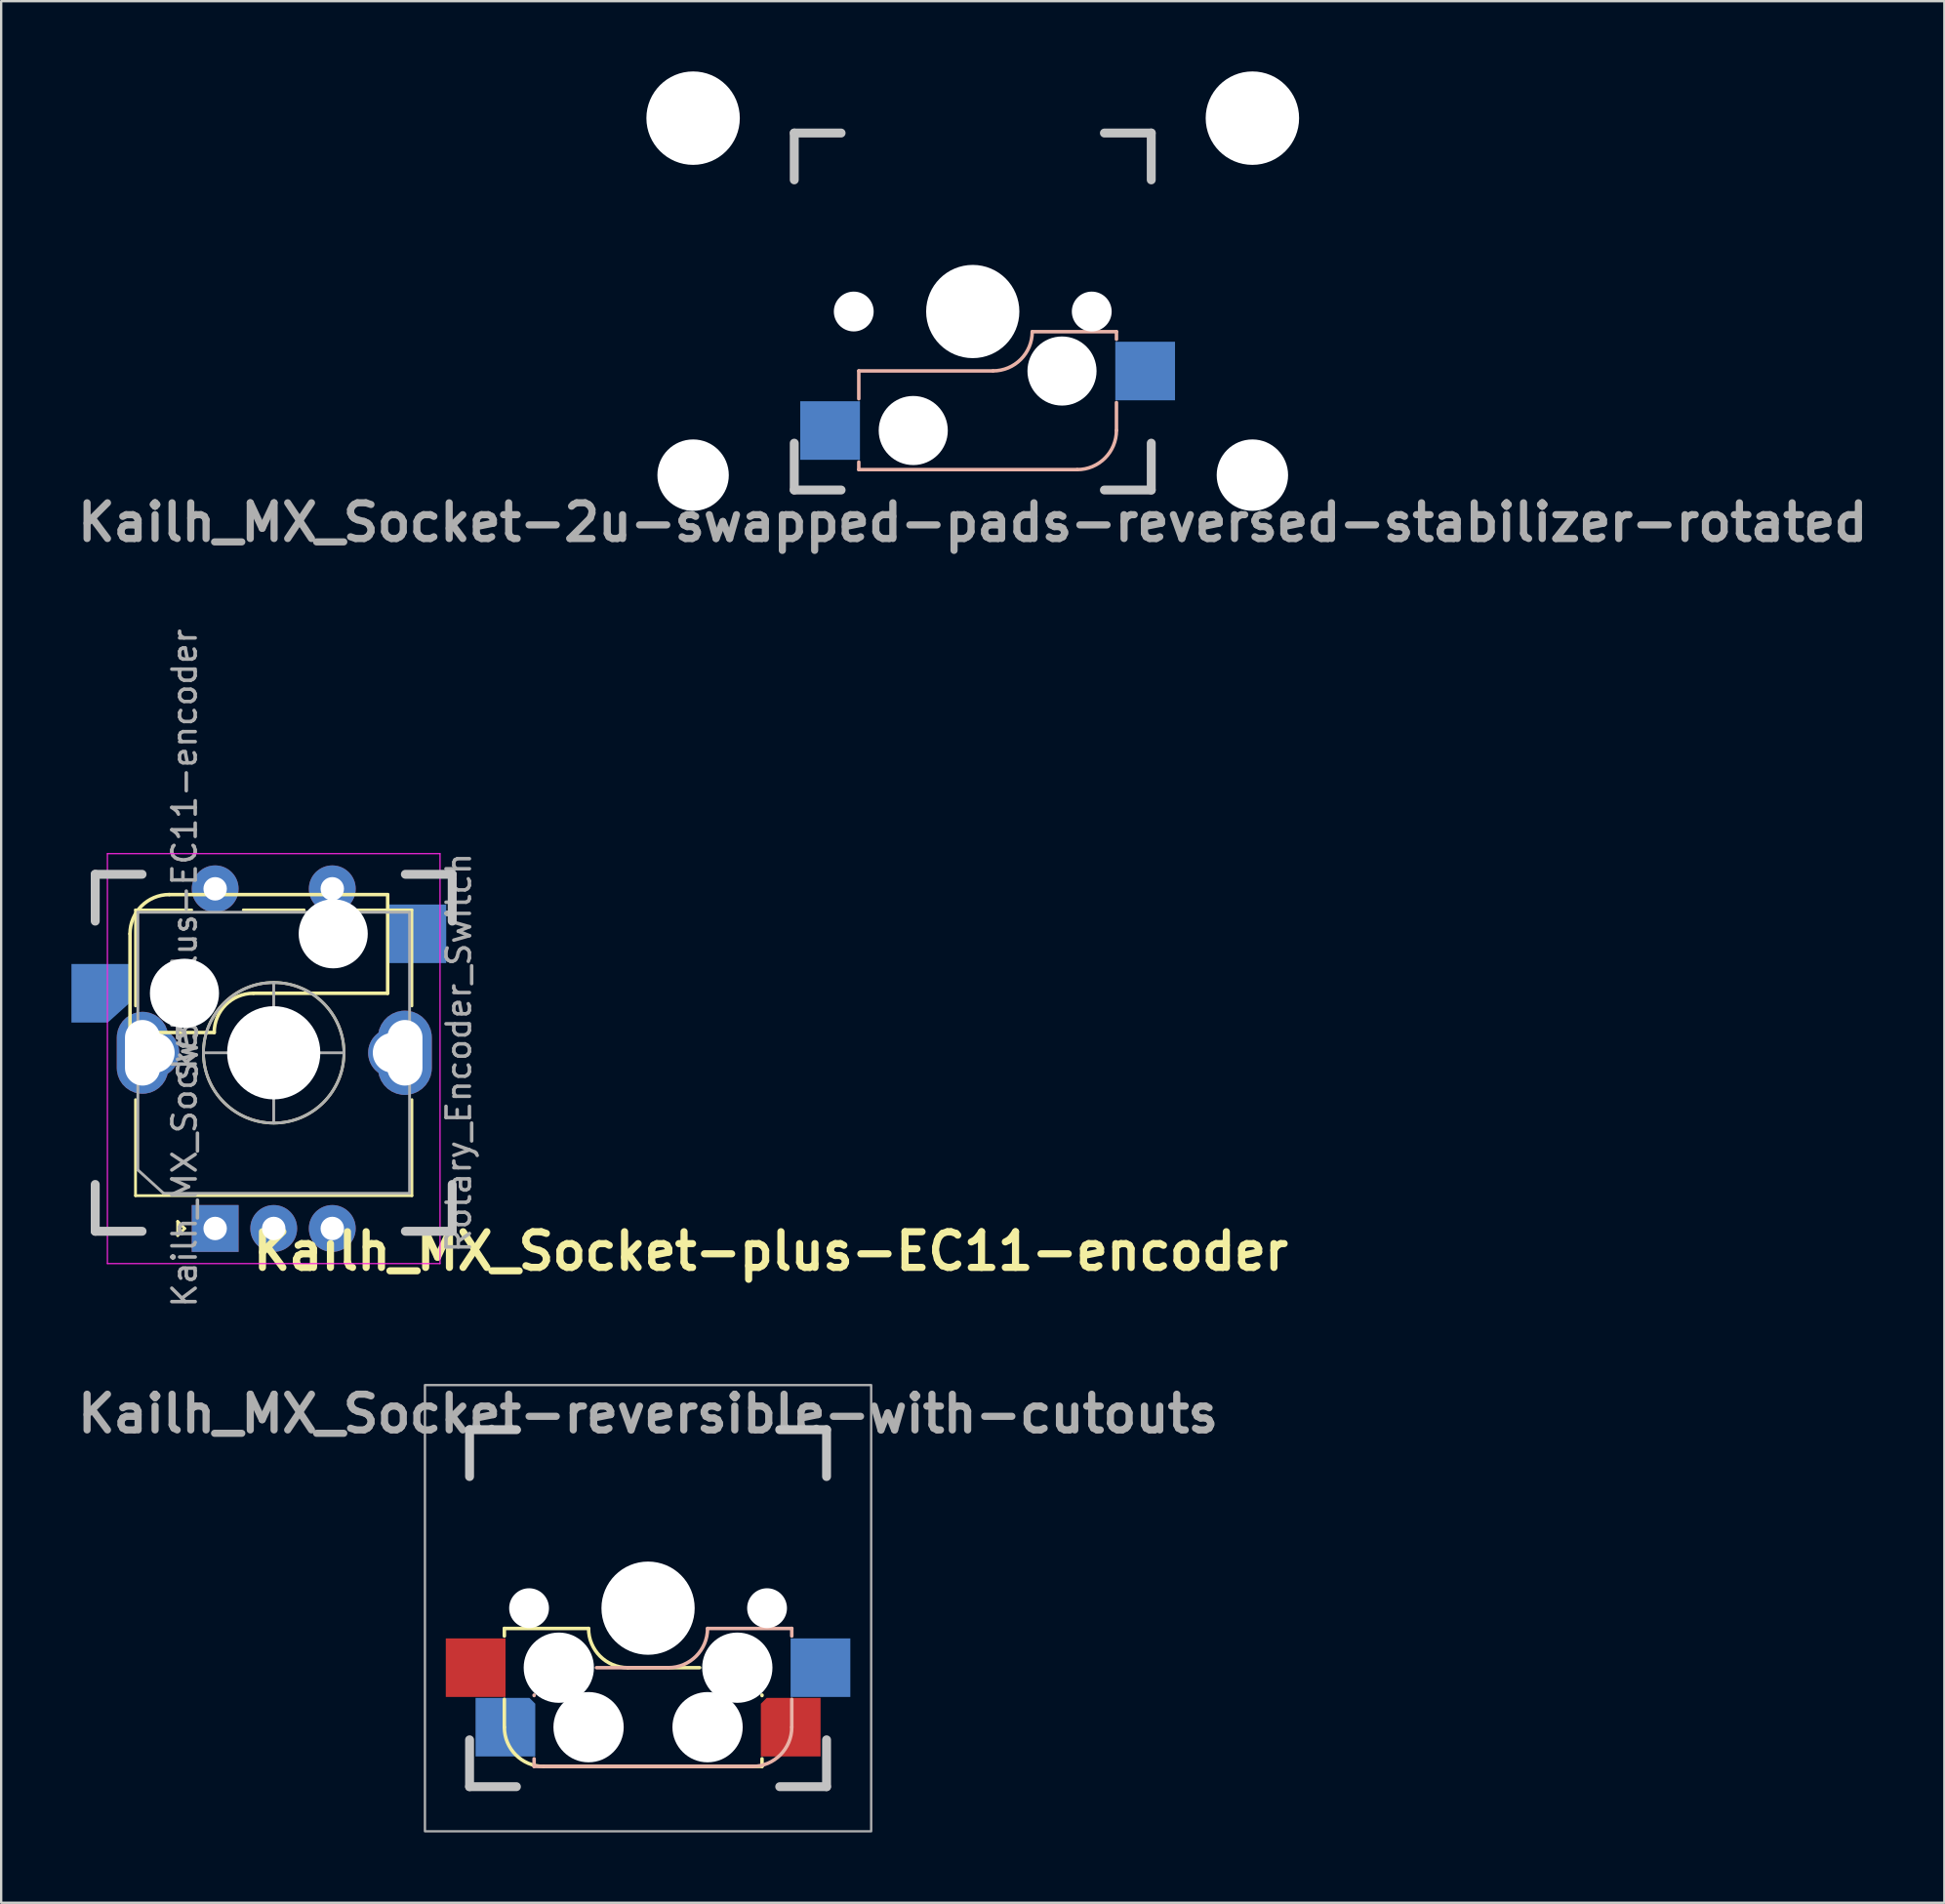
<source format=kicad_pcb>
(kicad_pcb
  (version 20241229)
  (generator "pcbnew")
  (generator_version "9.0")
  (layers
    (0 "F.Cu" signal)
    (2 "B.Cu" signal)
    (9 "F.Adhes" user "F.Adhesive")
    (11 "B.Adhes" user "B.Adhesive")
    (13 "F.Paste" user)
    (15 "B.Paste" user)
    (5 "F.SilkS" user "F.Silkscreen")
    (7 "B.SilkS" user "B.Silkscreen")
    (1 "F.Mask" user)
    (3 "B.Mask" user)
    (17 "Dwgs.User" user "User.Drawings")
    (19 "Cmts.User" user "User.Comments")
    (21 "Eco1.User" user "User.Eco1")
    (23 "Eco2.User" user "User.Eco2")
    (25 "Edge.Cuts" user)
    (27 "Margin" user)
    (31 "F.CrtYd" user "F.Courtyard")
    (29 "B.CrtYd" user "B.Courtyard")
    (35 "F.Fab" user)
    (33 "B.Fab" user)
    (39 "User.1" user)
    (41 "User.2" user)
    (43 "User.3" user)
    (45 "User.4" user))
  (footprint "Kailh_MX_Socket-reversible-with-cutouts"
    (layer "F.Cu")
    (at 24.616 65.604)
    (property "Reference" "Kailh_MX_Socket-reversible-with-cutouts" (at 0 -8.3 0) (layer "F.Fab") (effects (font (size 1.524 1.524) (thickness 0.305))))
    (attr smd)
    (fp_line (start -6.135 0.865) (end -2.54 0.865) (stroke (width 0.15) (type solid)) (layer "F.SilkS"))
    (fp_line (start -6.135 1.19) (end -6.135 0.865) (stroke (width 0.15) (type solid)) (layer "F.SilkS"))
    (fp_line (start -6.135 5.08) (end -6.135 3.89) (stroke (width 0.15) (type solid)) (layer "F.SilkS"))
    (fp_line (start -4.46 6.755) (end 4.865 6.755) (stroke (width 0.15) (type solid)) (layer "F.SilkS"))
    (fp_line (start -0.865 2.54) (end 2.2 2.54) (stroke (width 0.15) (type solid)) (layer "F.SilkS"))
    (fp_line (start 4.865 3.73) (end 4.865 3.71) (stroke (width 0.15) (type solid)) (layer "F.SilkS"))
    (fp_line (start 4.865 6.755) (end 4.865 6.43) (stroke (width 0.15) (type solid)) (layer "F.SilkS"))
    (fp_arc (start -4.46 6.755) (mid -5.644404 6.264404) (end -6.135 5.08) (stroke (width 0.15) (type solid)) (layer "F.SilkS"))
    (fp_arc (start -0.865 2.54) (mid -2.049404 2.049404) (end -2.54 0.865) (stroke (width 0.15) (type solid)) (layer "F.SilkS"))
    (fp_line (start -4.865 3.73) (end -4.865 3.71) (stroke (width 0.15) (type solid)) (layer "B.SilkS"))
    (fp_line (start -4.865 6.755) (end -4.865 6.43) (stroke (width 0.15) (type solid)) (layer "B.SilkS"))
    (fp_line (start -2.2 2.54) (end 0.865 2.54) (stroke (width 0.15) (type solid)) (layer "B.SilkS"))
    (fp_line (start 4.46 6.755) (end -4.865 6.755) (stroke (width 0.15) (type solid)) (layer "B.SilkS"))
    (fp_line (start 6.135 0.865) (end 2.54 0.865) (stroke (width 0.15) (type solid)) (layer "B.SilkS"))
    (fp_line (start 6.135 1.19) (end 6.135 0.865) (stroke (width 0.15) (type solid)) (layer "B.SilkS"))
    (fp_line (start 6.135 5.08) (end 6.135 3.89) (stroke (width 0.15) (type solid)) (layer "B.SilkS"))
    (fp_arc (start 2.54 0.865) (mid 2.049404 2.049404) (end 0.865 2.54) (stroke (width 0.15) (type solid)) (layer "B.SilkS"))
    (fp_arc (start 6.135 5.08) (mid 5.644404 6.264404) (end 4.46 6.755) (stroke (width 0.15) (type solid)) (layer "B.SilkS"))
    (fp_line (start -7.62 -5.62) (end -7.62 -7.62) (stroke (width 0.381) (type solid)) (layer "Dwgs.User"))
    (fp_line (start -7.62 5.62) (end -7.62 7.62) (stroke (width 0.381) (type solid)) (layer "Dwgs.User"))
    (fp_line (start -7.62 7.62) (end -5.62 7.62) (stroke (width 0.381) (type solid)) (layer "Dwgs.User"))
    (fp_line (start -5.62 -7.62) (end -7.62 -7.62) (stroke (width 0.381) (type solid)) (layer "Dwgs.User"))
    (fp_line (start 5.62 7.62) (end 7.62 7.62) (stroke (width 0.381) (type solid)) (layer "Dwgs.User"))
    (fp_line (start 7.62 -7.62) (end 5.62 -7.62) (stroke (width 0.381) (type solid)) (layer "Dwgs.User"))
    (fp_line (start 7.62 -5.62) (end 7.62 -7.62) (stroke (width 0.381) (type solid)) (layer "Dwgs.User"))
    (fp_line (start 7.62 7.62) (end 7.62 5.62) (stroke (width 0.381) (type solid)) (layer "Dwgs.User"))
    (fp_rect (start -7 -7) (end 7 7) (stroke (width 0.15) (type default)) (fill no) (layer "Eco2.User"))
    (fp_rect (start -9.525 -9.525) (end 9.525 9.525) (stroke (width 0.1) (type default)) (fill no) (layer "F.Fab"))
    (fp_line (start -7.625 3.575) (end -5.954 -0.371) (stroke (width 0.1) (type default)) (layer "User.6"))
    (fp_line (start -7.625 6.575) (end -7.625 3.575) (stroke (width 0.1) (type default)) (layer "User.6"))
    (fp_line (start -4.925 7.05) (end -7.625 6.575) (stroke (width 0.1) (type default)) (layer "User.6"))
    (fp_line (start -0.474 -2.046) (end -5.295 -0.925) (stroke (width 0.1) (type default)) (layer "User.6"))
    (fp_line (start 4.46 7.05) (end -4.925 7.05) (stroke (width 0.1) (type default)) (layer "User.6"))
    (fp_line (start 5.4 -0.9) (end 0.474 -2.046) (stroke (width 0.1) (type default)) (layer "User.6"))
    (fp_line (start 8.9 1.025) (end 5.4 -0.9) (stroke (width 0.1) (type default)) (layer "User.6"))
    (fp_line (start 8.9 4.05) (end 5.594 6.691) (stroke (width 0.1) (type default)) (layer "User.6"))
    (fp_line (start 8.9 4.05) (end 8.9 1.025) (stroke (width 0.1) (type default)) (layer "User.6"))
    (fp_arc (start -5.954458 -0.371245) (mid -5.691262 -0.727226) (end -5.295319 -0.925277) (stroke (width 0.1) (type default)) (layer "User.6"))
    (fp_arc (start -0.472397 -2.046177) (mid 0.00073 -2.1) (end 0.473819 -2.045848) (stroke (width 0.1) (type default)) (layer "User.6"))
    (fp_arc (start 5.593721 6.691078) (mid 5.05459 6.958126) (end 4.46 7.049999) (stroke (width 0.1) (type default)) (layer "User.6"))
    (fp_line (start -8.9 1.025) (end -8.9 4.05) (stroke (width 0.1) (type default)) (layer "User.7"))
    (fp_line (start -5.594 6.691) (end -8.9 4.05) (stroke (width 0.1) (type default)) (layer "User.7"))
    (fp_line (start -5.4 -0.9) (end -8.9 1.025) (stroke (width 0.1) (type default)) (layer "User.7"))
    (fp_line (start -5.4 -0.9) (end -0.472 -2.046) (stroke (width 0.1) (type default)) (layer "User.7"))
    (fp_line (start -5.4 -0.9) (end -0.455 -2.05) (stroke (width 0.1) (type default)) (layer "User.7"))
    (fp_line (start 0.472 -2.046) (end 5.295 -0.925) (stroke (width 0.1) (type default)) (layer "User.7"))
    (fp_line (start 4.925 7.05) (end -4.46 7.05) (stroke (width 0.1) (type default)) (layer "User.7"))
    (fp_line (start 5.954 -0.371) (end 7.625 3.575) (stroke (width 0.1) (type default)) (layer "User.7"))
    (fp_line (start 7.625 3.575) (end 7.625 6.575) (stroke (width 0.1) (type default)) (layer "User.7"))
    (fp_line (start 7.625 6.575) (end 4.925 7.05) (stroke (width 0.1) (type default)) (layer "User.7"))
    (fp_arc (start -4.46 7.049999) (mid -5.05459 6.958126) (end -5.593721 6.691078) (stroke (width 0.1) (type default)) (layer "User.7"))
    (fp_arc (start -0.473819 -2.045848) (mid -0.00073 -2.1) (end 0.472397 -2.046177) (stroke (width 0.1) (type default)) (layer "User.7"))
    (fp_arc (start 5.295319 -0.925277) (mid 5.691262 -0.727226) (end 5.954458 -0.371245) (stroke (width 0.1) (type default)) (layer "User.7"))
    (pad "" np_thru_hole circle (at -5.08 0 180) (size 1.7 1.7) (drill 1.7) (layers "*.Cu" "*.Mask"))
    (pad "" np_thru_hole circle (at -3.81 2.54 180) (size 3 3) (drill 3) (layers "*.Cu" "*.Mask"))
    (pad "" np_thru_hole circle (at -2.54 5.08 180) (size 3 3) (drill 3) (layers "*.Cu" "*.Mask"))
    (pad "" np_thru_hole circle (at 0 0 180) (size 3.98 3.98) (drill 3.98) (layers "*.Cu" "*.Mask"))
    (pad "" np_thru_hole circle (at 2.54 5.08 180) (size 3 3) (drill 3) (layers "*.Cu" "*.Mask"))
    (pad "" np_thru_hole circle (at 3.81 2.54 180) (size 3 3) (drill 3) (layers "*.Cu" "*.Mask"))
    (pad "" np_thru_hole circle (at 5.08 0 180) (size 1.7 1.7) (drill 1.7) (layers "*.Cu" "*.Mask"))
    (pad "1" smd roundrect (at 6.09 5.08 180) (size 2.55 2.5) (layers "F.Cu" "F.Mask" "F.Paste") (roundrect_rratio 0) (chamfer_ratio 0.1) (chamfer bottom_right))
    (pad "1" smd rect (at 7.36 2.54 180) (size 2.55 2.5) (layers "B.Cu" "B.Mask" "B.Paste"))
    (pad "2" smd rect (at -7.36 2.54 180) (size 2.55 2.5) (layers "F.Cu" "F.Mask" "F.Paste"))
    (pad "2" smd roundrect (at -6.09 5.08 180) (size 2.55 2.5) (layers "B.Cu" "B.Mask" "B.Paste") (roundrect_rratio 0) (chamfer_ratio 0.1) (chamfer bottom_left)))
  (footprint "Kailh_MX_Socket-2u-swapped-pads-reversed-stabilizer-rotated"
    (layer "F.Cu")
    (at 38.477 10.249)
    (property "Reference" "Kailh_MX_Socket-2u-swapped-pads-reversed-stabilizer-rotated" (at 0 9 0) (layer "F.Fab") (effects (font (size 1.524 1.524) (thickness 0.305))))
    (attr smd)
    (fp_line (start -4.865 3.725) (end -4.865 2.535) (stroke (width 0.15) (type solid)) (layer "B.SilkS"))
    (fp_line (start -4.865 6.75) (end -4.865 6.425) (stroke (width 0.15) (type solid)) (layer "B.SilkS"))
    (fp_line (start 0.865 2.535) (end -4.865 2.535) (stroke (width 0.15) (type solid)) (layer "B.SilkS"))
    (fp_line (start 4.46 6.75) (end -4.865 6.75) (stroke (width 0.15) (type solid)) (layer "B.SilkS"))
    (fp_line (start 6.135 0.86) (end 2.54 0.86) (stroke (width 0.15) (type solid)) (layer "B.SilkS"))
    (fp_line (start 6.135 1.185) (end 6.135 0.86) (stroke (width 0.15) (type solid)) (layer "B.SilkS"))
    (fp_line (start 6.135 5.075) (end 6.135 3.885) (stroke (width 0.15) (type solid)) (layer "B.SilkS"))
    (fp_arc (start 2.539596 0.859596) (mid 2.049 2.044) (end 0.864596 2.534596) (stroke (width 0.15) (type solid)) (layer "B.SilkS"))
    (fp_arc (start 6.134596 5.074596) (mid 5.644 6.259) (end 4.459596 6.749596) (stroke (width 0.15) (type solid)) (layer "B.SilkS"))
    (fp_line (start -7.62 -7.62) (end -7.62 -5.62) (stroke (width 0.381) (type solid)) (layer "Dwgs.User"))
    (fp_line (start -7.62 5.62) (end -7.62 7.62) (stroke (width 0.381) (type solid)) (layer "Dwgs.User"))
    (fp_line (start -5.62 -7.62) (end -7.62 -7.62) (stroke (width 0.381) (type solid)) (layer "Dwgs.User"))
    (fp_line (start -5.62 7.62) (end -7.62 7.62) (stroke (width 0.381) (type solid)) (layer "Dwgs.User"))
    (fp_line (start 7.62 -7.62) (end 5.62 -7.62) (stroke (width 0.381) (type solid)) (layer "Dwgs.User"))
    (fp_line (start 7.62 -5.62) (end 7.62 -7.62) (stroke (width 0.381) (type solid)) (layer "Dwgs.User"))
    (fp_line (start 7.62 5.62) (end 7.62 7.62) (stroke (width 0.381) (type solid)) (layer "Dwgs.User"))
    (fp_line (start 7.62 7.62) (end 5.62 7.62) (stroke (width 0.381) (type solid)) (layer "Dwgs.User"))
    (pad "" np_thru_hole circle (at -11.938 -8.255) (size 3.988 3.988) (drill 3.988) (layers "*.Cu" "*.Mask"))
    (pad "" np_thru_hole circle (at -11.938 6.985) (size 3.048 3.048) (drill 3.048) (layers "*.Cu" "*.Mask"))
    (pad "" np_thru_hole circle (at -5.08 0) (size 1.7 1.7) (drill 1.7) (layers "*.Cu" "*.Mask"))
    (pad "" np_thru_hole circle (at -2.54 5.08 180) (size 2.95 2.95) (drill 2.95) (layers "*.Cu" "*.Mask"))
    (pad "" np_thru_hole circle (at 0 0) (size 3.98 3.98) (drill 3.98) (layers "*.Cu" "*.Mask"))
    (pad "" np_thru_hole circle (at 3.81 2.54 180) (size 2.95 2.95) (drill 2.95) (layers "*.Cu" "*.Mask"))
    (pad "" np_thru_hole circle (at 5.08 0) (size 1.7 1.7) (drill 1.7) (layers "*.Cu" "*.Mask"))
    (pad "" np_thru_hole circle (at 11.938 -8.255) (size 3.988 3.988) (drill 3.988) (layers "*.Cu" "*.Mask"))
    (pad "" np_thru_hole circle (at 11.938 6.985) (size 3.048 3.048) (drill 3.048) (layers "*.Cu" "*.Mask"))
    (pad "1" smd rect (at 7.36 2.54 180) (size 2.55 2.5) (layers "B.Cu" "B.Mask" "B.Paste"))
    (pad "2" smd rect (at -6.09 5.08 180) (size 2.55 2.5) (layers "B.Cu" "B.Mask" "B.Paste")))
  (footprint "Kailh_MX_Socket-plus-EC11-encoder"
    (layer "F.Cu")
    (at 8.629 41.911)
    (property "Reference" "Kailh_MX_Socket-plus-EC11-encoder" (at 21.224 8.456 0) (layer "F.SilkS") (effects (font (size 1.524 1.524) (thickness 0.305))))
    (attr through_hole)
    (fp_line (start -6.129 -5.097) (end -6.129 -0.882) (stroke (width 0.15) (type solid)) (layer "F.SilkS"))
    (fp_line (start -6.129 -0.882) (end -2.534 -0.882) (stroke (width 0.15) (type solid)) (layer "F.SilkS"))
    (fp_line (start -5.894 -6.117) (end -3.494 -6.117) (stroke (width 0.12) (type solid)) (layer "F.SilkS"))
    (fp_line (start -5.894 -2.017) (end -5.894 -6.117) (stroke (width 0.12) (type solid)) (layer "F.SilkS"))
    (fp_line (start -5.894 1.983) (end -5.894 6.083) (stroke (width 0.12) (type solid)) (layer "F.SilkS"))
    (fp_line (start -5.894 6.083) (end 5.906 6.083) (stroke (width 0.12) (type solid)) (layer "F.SilkS"))
    (fp_line (start -4.454 -6.772) (end 4.871 -6.772) (stroke (width 0.15) (type solid)) (layer "F.SilkS"))
    (fp_line (start -4.094 7.183) (end -3.794 7.483) (stroke (width 0.12) (type solid)) (layer "F.SilkS"))
    (fp_line (start -4.094 7.783) (end -4.094 7.183) (stroke (width 0.12) (type solid)) (layer "F.SilkS"))
    (fp_line (start -3.794 7.483) (end -4.094 7.783) (stroke (width 0.12) (type solid)) (layer "F.SilkS"))
    (fp_line (start -1.294 -6.117) (end 1.306 -6.117) (stroke (width 0.12) (type solid)) (layer "F.SilkS"))
    (fp_line (start -0.859 -2.557) (end 4.871 -2.557) (stroke (width 0.15) (type solid)) (layer "F.SilkS"))
    (fp_line (start -0.494 -0.017) (end 0.506 -0.017) (stroke (width 0.12) (type solid)) (layer "F.SilkS"))
    (fp_line (start 0.006 0.483) (end 0.006 -0.517) (stroke (width 0.12) (type solid)) (layer "F.SilkS"))
    (fp_line (start 3.506 -6.117) (end 5.906 -6.117) (stroke (width 0.12) (type solid)) (layer "F.SilkS"))
    (fp_line (start 4.871 -6.767) (end 4.871 -2.557) (stroke (width 0.15) (type solid)) (layer "F.SilkS"))
    (fp_line (start 5.906 -6.117) (end 5.906 -2.017) (stroke (width 0.12) (type solid)) (layer "F.SilkS"))
    (fp_line (start 5.906 1.983) (end 5.906 6.083) (stroke (width 0.12) (type solid)) (layer "F.SilkS"))
    (fp_arc (start -6.12928 -5.09716) (mid -5.638684 -6.281564) (end -4.45428 -6.77216) (stroke (width 0.15) (type solid)) (layer "F.SilkS"))
    (fp_arc (start -2.53428 -0.88216) (mid -2.043684 -2.066564) (end -0.85928 -2.55716) (stroke (width 0.15) (type solid)) (layer "F.SilkS"))
    (fp_circle (center 0.006 -0.017) (end 0.006 -3.017) (stroke (width 0.12) (type solid)) (fill no) (layer "F.SilkS"))
    (fp_line (start -7.614 -7.637) (end -7.614 -5.637) (stroke (width 0.381) (type solid)) (layer "Dwgs.User"))
    (fp_line (start -7.614 5.603) (end -7.614 7.603) (stroke (width 0.381) (type solid)) (layer "Dwgs.User"))
    (fp_line (start -5.614 -7.637) (end -7.614 -7.637) (stroke (width 0.381) (type solid)) (layer "Dwgs.User"))
    (fp_line (start -5.614 7.603) (end -7.614 7.603) (stroke (width 0.381) (type solid)) (layer "Dwgs.User"))
    (fp_line (start 7.626 -7.637) (end 5.626 -7.637) (stroke (width 0.381) (type solid)) (layer "Dwgs.User"))
    (fp_line (start 7.626 -5.637) (end 7.626 -7.637) (stroke (width 0.381) (type solid)) (layer "Dwgs.User"))
    (fp_line (start 7.626 5.603) (end 7.626 7.603) (stroke (width 0.381) (type solid)) (layer "Dwgs.User"))
    (fp_line (start 7.626 7.603) (end 5.626 7.603) (stroke (width 0.381) (type solid)) (layer "Dwgs.User"))
    (fp_line (start -7.094 8.983) (end -7.094 -8.517) (stroke (width 0.05) (type solid)) (layer "F.CrtYd"))
    (fp_line (start -7.094 8.983) (end 7.106 8.983) (stroke (width 0.05) (type solid)) (layer "F.CrtYd"))
    (fp_line (start 7.106 -8.517) (end -7.094 -8.517) (stroke (width 0.05) (type solid)) (layer "F.CrtYd"))
    (fp_line (start 7.106 -8.517) (end 7.106 8.983) (stroke (width 0.05) (type solid)) (layer "F.CrtYd"))
    (fp_line (start -5.794 -6.017) (end 5.806 -6.017) (stroke (width 0.12) (type solid)) (layer "F.Fab"))
    (fp_line (start -5.794 4.983) (end -5.794 -6.017) (stroke (width 0.12) (type solid)) (layer "F.Fab"))
    (fp_line (start -4.694 5.983) (end -5.794 4.983) (stroke (width 0.12) (type solid)) (layer "F.Fab"))
    (fp_line (start -2.994 -0.017) (end 3.006 -0.017) (stroke (width 0.12) (type solid)) (layer "F.Fab"))
    (fp_line (start 0.006 2.983) (end 0.006 -3.017) (stroke (width 0.12) (type solid)) (layer "F.Fab"))
    (fp_line (start 5.806 -6.017) (end 5.806 5.983) (stroke (width 0.12) (type solid)) (layer "F.Fab"))
    (fp_line (start 5.806 5.983) (end -4.694 5.983) (stroke (width 0.12) (type solid)) (layer "F.Fab"))
    (fp_circle (center 0.006 -0.017) (end 0.006 -3.017) (stroke (width 0.12) (type solid)) (fill no) (layer "F.Fab"))
    (fp_text user "Rotary_Encoder_Switch" (at 7.906 -0.017 270) (layer "F.Fab") (effects (font (size 1 1) (thickness 0.15))))
    (fp_text user "SW3" (at -3.665 -0.081 270) (layer "F.Fab") (effects (font (size 0.8 0.8) (thickness 0.15))))
    (fp_text user "${REFERENCE}" (at -3.8 -3.634 270) (layer "F.Fab") (effects (font (size 1 1) (thickness 0.15))))
    (pad "" thru_hole circle (at -5.074 -0.017) (size 2.1 2.1) (drill 1.7) (layers "*.Cu" "*.Mask"))
    (pad "" np_thru_hole circle (at -3.804 -2.557) (size 2.95 2.95) (drill 2.95) (layers "*.Cu" "*.Mask"))
    (pad "" np_thru_hole circle (at 0.006 -0.017) (size 3.98 3.98) (drill 3.98) (layers "*.Cu" "*.Mask"))
    (pad "" np_thru_hole circle (at 2.546 -5.097) (size 2.95 2.95) (drill 2.95) (layers "*.Cu" "*.Mask"))
    (pad "" thru_hole circle (at 5.086 -0.017) (size 2.1 2.1) (drill 1.7) (layers "*.Cu" "*.Mask"))
    (pad "1" smd custom (at -7.354 -2.557) (size 2.2 2.2) (layers "B.Cu" "B.Mask" "B.Paste") (options (anchor circle)) (primitives (gr_poly (pts (xy 1.275 -1.25) (xy -1.275 -1.25) (xy -1.275 1.25) (xy 0.275 1.25) (xy 1.275 0.35)) (width 0) (fill yes))))
    (pad "1" thru_hole circle (at -2.494 -7.017 90) (size 2 2) (drill 1) (layers "*.Cu" "*.Mask"))
    (pad "2" thru_hole circle (at 2.506 -7.017 90) (size 2 2) (drill 1) (layers "*.Cu" "*.Mask"))
    (pad "2" smd rect (at 6.096 -5.097) (size 2.55 2.5) (layers "B.Cu" "B.Mask" "B.Paste"))
    (pad "A" thru_hole rect (at -2.494 7.483 90) (size 2 2) (drill 1) (layers "*.Cu" "*.Mask"))
    (pad "B" thru_hole circle (at 2.506 7.483 90) (size 2 2) (drill 1) (layers "*.Cu" "*.Mask"))
    (pad "C" thru_hole circle (at 0.006 7.483 90) (size 2 2) (drill 1) (layers "*.Cu" "*.Mask"))
    (pad "MP" thru_hole roundrect (at -5.594 -0.017 90) (size 3.5 2.2) (drill oval 2.8 1.5) (layers "*.Cu" "*.Mask") (roundrect_rratio 0.5))
    (pad "MP" thru_hole roundrect (at 5.606 -0.017 90) (size 3.6 2.3) (drill oval 2.8 1.5) (layers "*.Cu" "*.Mask") (roundrect_rratio 0.5)))
  (gr_rect
    (start -3 -3)
    (end 79.955 78.179)
    (stroke (width 0.1) (type default))
    (fill no)
    (layer "Edge.Cuts")))
</source>
